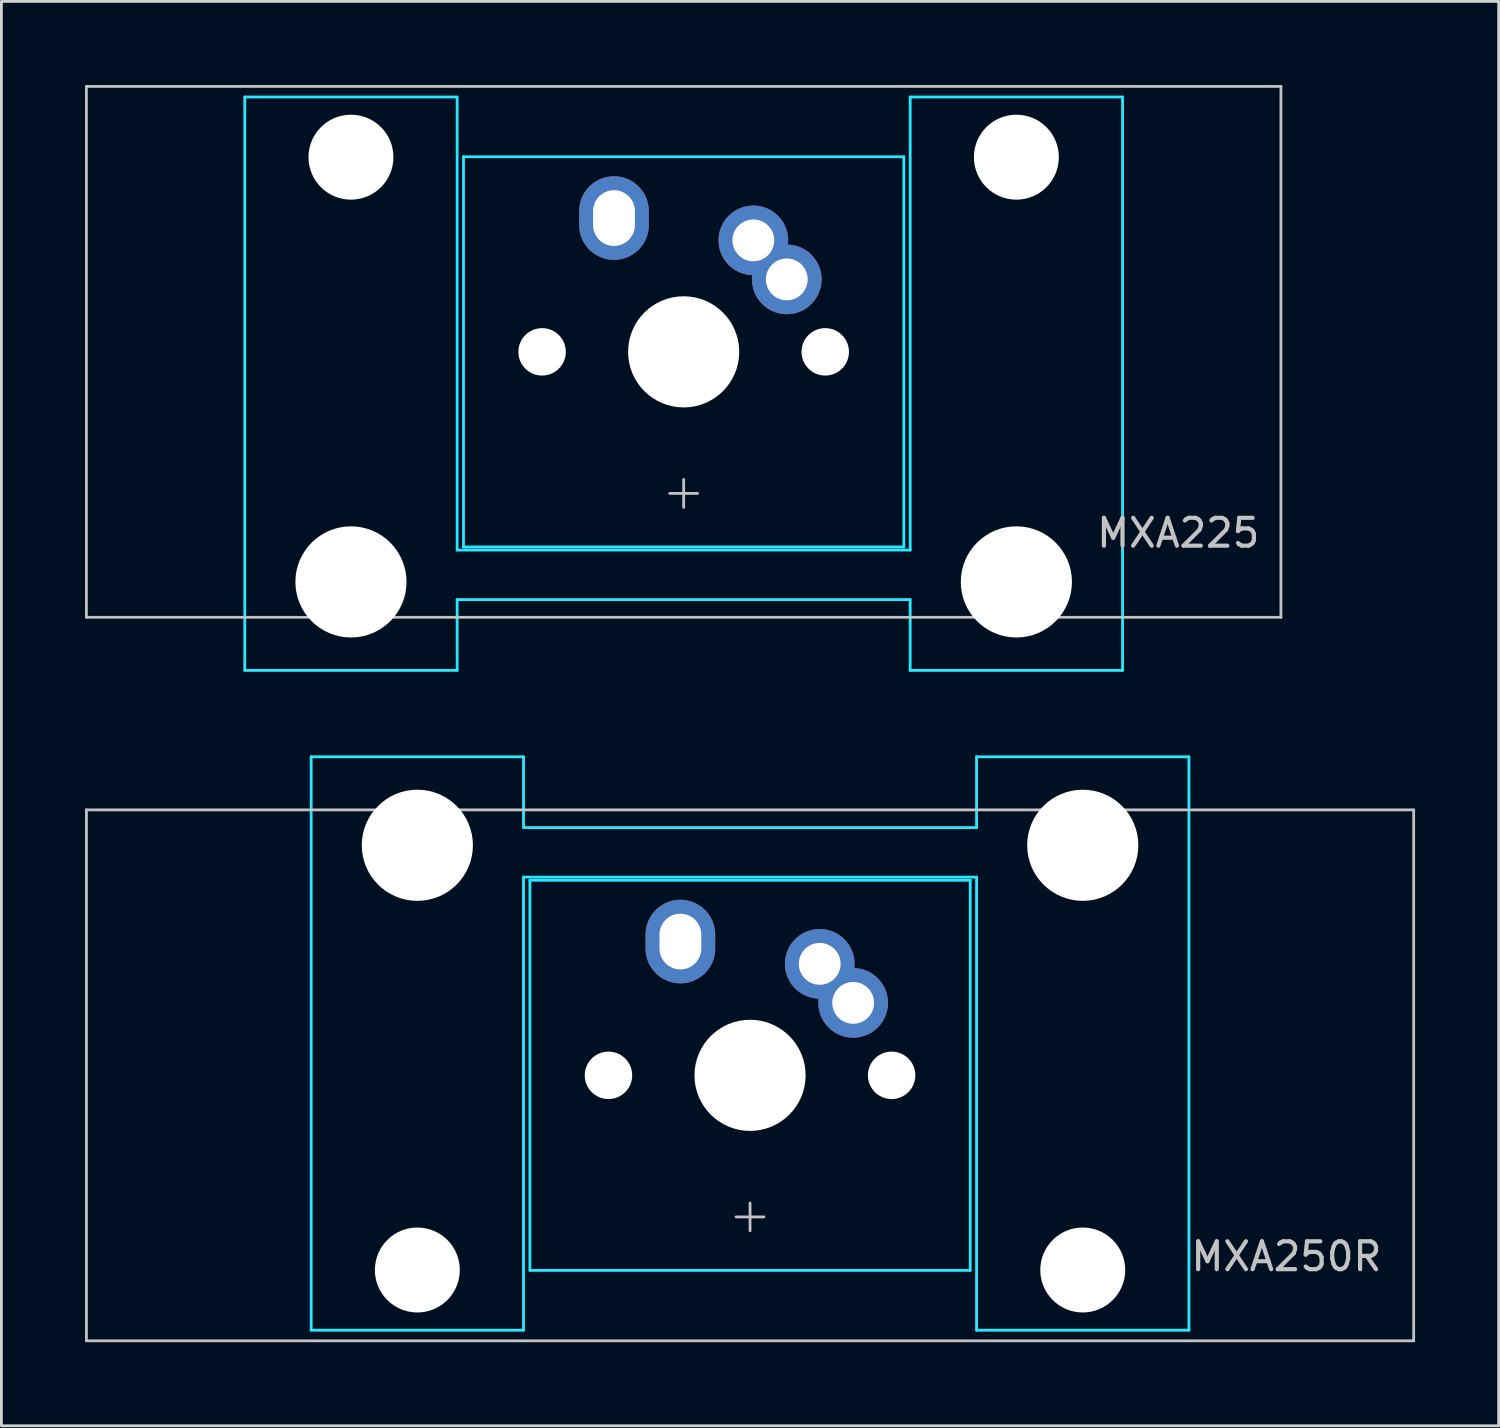
<source format=kicad_pcb>
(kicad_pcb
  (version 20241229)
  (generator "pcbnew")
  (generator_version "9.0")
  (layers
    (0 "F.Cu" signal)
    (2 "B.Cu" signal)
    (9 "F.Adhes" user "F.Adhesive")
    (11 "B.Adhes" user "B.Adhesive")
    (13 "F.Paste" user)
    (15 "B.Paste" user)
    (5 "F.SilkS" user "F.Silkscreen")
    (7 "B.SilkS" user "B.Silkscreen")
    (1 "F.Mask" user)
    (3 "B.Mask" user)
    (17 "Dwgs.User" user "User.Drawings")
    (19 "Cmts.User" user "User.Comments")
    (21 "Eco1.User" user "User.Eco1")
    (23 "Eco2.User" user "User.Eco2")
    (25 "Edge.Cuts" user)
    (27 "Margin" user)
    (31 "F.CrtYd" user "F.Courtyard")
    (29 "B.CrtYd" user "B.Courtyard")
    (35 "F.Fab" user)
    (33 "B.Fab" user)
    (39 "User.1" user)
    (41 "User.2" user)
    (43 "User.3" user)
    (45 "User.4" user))
  (footprint "MXA250R"
    (layer "F.Cu")
    (at 23.863 35.535)
    (property "Reference" "MXA250R" (at 22.75 6.5 0) (layer "Dwgs.User") (effects (font (size 1 1) (thickness 0.15)) (justify right)))
    (attr through_hole)
    (fp_line (start -23.812 -9.525) (end -23.812 9.525) (stroke (width 0.1) (type solid)) (layer "Dwgs.User"))
    (fp_line (start -0.5 5.08) (end 0.5 5.08) (stroke (width 0.1) (type solid)) (layer "Dwgs.User"))
    (fp_line (start 0 4.58) (end 0 5.58) (stroke (width 0.1) (type solid)) (layer "Dwgs.User"))
    (fp_line (start 23.812 -9.525) (end -23.812 -9.525) (stroke (width 0.1) (type solid)) (layer "Dwgs.User"))
    (fp_line (start 23.812 -9.525) (end 23.812 9.525) (stroke (width 0.1) (type solid)) (layer "Dwgs.User"))
    (fp_line (start 23.812 9.525) (end -23.812 9.525) (stroke (width 0.1) (type solid)) (layer "Dwgs.User"))
    (fp_line (start -15.748 -11.43) (end -8.128 -11.43) (stroke (width 0.1) (type solid)) (layer "B.CrtYd"))
    (fp_line (start -15.748 9.144) (end -15.748 -11.43) (stroke (width 0.1) (type solid)) (layer "B.CrtYd"))
    (fp_line (start -8.128 -11.43) (end -8.128 -8.89) (stroke (width 0.1) (type solid)) (layer "B.CrtYd"))
    (fp_line (start -8.128 9.144) (end -15.748 9.144) (stroke (width 0.1) (type solid)) (layer "B.CrtYd"))
    (fp_line (start -8.128 9.144) (end -8.128 -7.112) (stroke (width 0.1) (type solid)) (layer "B.CrtYd"))
    (fp_line (start -7.9 -7) (end 7.9 -7) (stroke (width 0.1) (type solid)) (layer "B.CrtYd"))
    (fp_line (start -7.9 7) (end -7.9 -7) (stroke (width 0.1) (type solid)) (layer "B.CrtYd"))
    (fp_line (start -7.9 7) (end 7.9 7) (stroke (width 0.1) (type solid)) (layer "B.CrtYd"))
    (fp_line (start 7.9 7) (end 7.9 -7) (stroke (width 0.1) (type solid)) (layer "B.CrtYd"))
    (fp_line (start 8.128 -11.43) (end 8.128 -8.89) (stroke (width 0.1) (type solid)) (layer "B.CrtYd"))
    (fp_line (start 8.128 -11.43) (end 15.748 -11.43) (stroke (width 0.1) (type solid)) (layer "B.CrtYd"))
    (fp_line (start 8.128 -8.89) (end -8.128 -8.89) (stroke (width 0.1) (type solid)) (layer "B.CrtYd"))
    (fp_line (start 8.128 -7.112) (end -8.128 -7.112) (stroke (width 0.1) (type solid)) (layer "B.CrtYd"))
    (fp_line (start 8.128 9.144) (end 8.128 -7.112) (stroke (width 0.1) (type solid)) (layer "B.CrtYd"))
    (fp_line (start 15.748 -11.43) (end 15.748 9.144) (stroke (width 0.1) (type solid)) (layer "B.CrtYd"))
    (fp_line (start 15.748 9.144) (end 8.128 9.144) (stroke (width 0.1) (type solid)) (layer "B.CrtYd"))
    (pad "" np_thru_hole circle (at -11.938 -8.255) (size 3.988 3.988) (drill 3.988) (layers "*.Cu" "*.Mask"))
    (pad "" np_thru_hole circle (at -11.938 6.985) (size 3.048 3.048) (drill 3.048) (layers "*.Cu" "*.Mask"))
    (pad "" np_thru_hole circle (at -5.08 0) (size 1.702 1.702) (drill 1.702) (layers "*.Cu" "*.Mask"))
    (pad "" smd oval (at -2.5 -4.8) (size 1.4 1.9) (layers "B.Mask"))
    (pad "" np_thru_hole circle (at 0 0) (size 3.988 3.988) (drill 3.988) (layers "*.Cu" "*.Mask"))
    (pad "" smd circle (at 2.5 -4 45) (size 1.4 1.4) (layers "B.Mask"))
    (pad "" smd circle (at 3.7 -2.6 45) (size 1.4 1.4) (layers "B.Mask"))
    (pad "" np_thru_hole circle (at 5.08 0) (size 1.702 1.702) (drill 1.702) (layers "*.Cu" "*.Mask"))
    (pad "" np_thru_hole circle (at 11.938 -8.255) (size 3.988 3.988) (drill 3.988) (layers "*.Cu" "*.Mask"))
    (pad "" np_thru_hole circle (at 11.938 6.985) (size 3.048 3.048) (drill 3.048) (layers "*.Cu" "*.Mask"))
    (pad "1" thru_hole oval (at -2.5 -4.8) (size 2.5 3) (drill oval 1.5 2) (layers "*.Cu" "F.Mask"))
    (pad "2" thru_hole circle (at 2.5 -4 45) (size 2.5 2.5) (drill 1.5) (layers "*.Cu" "F.Mask"))
    (pad "2" thru_hole circle (at 3.7 -2.6 45) (size 2.5 2.5) (drill 1.5) (layers "*.Cu" "F.Mask")))
  (footprint "MXA225"
    (layer "F.Cu")
    (at 21.481 9.575)
    (property "Reference" "MXA225" (at 20.75 6.5 0) (layer "Dwgs.User") (effects (font (size 1 1) (thickness 0.15)) (justify right)))
    (attr through_hole)
    (fp_line (start -21.431 -9.525) (end -21.431 9.525) (stroke (width 0.1) (type solid)) (layer "Dwgs.User"))
    (fp_line (start -0.5 5.08) (end 0.5 5.08) (stroke (width 0.1) (type solid)) (layer "Dwgs.User"))
    (fp_line (start 0 4.58) (end 0 5.58) (stroke (width 0.1) (type solid)) (layer "Dwgs.User"))
    (fp_line (start 21.431 -9.525) (end -21.431 -9.525) (stroke (width 0.1) (type solid)) (layer "Dwgs.User"))
    (fp_line (start 21.431 -9.525) (end 21.431 9.525) (stroke (width 0.1) (type solid)) (layer "Dwgs.User"))
    (fp_line (start 21.431 9.525) (end -21.431 9.525) (stroke (width 0.1) (type solid)) (layer "Dwgs.User"))
    (fp_line (start -15.748 -9.144) (end -8.128 -9.144) (stroke (width 0.1) (type solid)) (layer "B.CrtYd"))
    (fp_line (start -15.748 11.43) (end -15.748 -9.144) (stroke (width 0.1) (type solid)) (layer "B.CrtYd"))
    (fp_line (start -8.128 -9.144) (end -8.128 7.112) (stroke (width 0.1) (type solid)) (layer "B.CrtYd"))
    (fp_line (start -8.128 7.112) (end 8.128 7.112) (stroke (width 0.1) (type solid)) (layer "B.CrtYd"))
    (fp_line (start -8.128 8.89) (end 8.128 8.89) (stroke (width 0.1) (type solid)) (layer "B.CrtYd"))
    (fp_line (start -8.128 11.43) (end -15.748 11.43) (stroke (width 0.1) (type solid)) (layer "B.CrtYd"))
    (fp_line (start -8.128 11.43) (end -8.128 8.89) (stroke (width 0.1) (type solid)) (layer "B.CrtYd"))
    (fp_line (start -7.9 -7) (end -7.9 7) (stroke (width 0.1) (type solid)) (layer "B.CrtYd"))
    (fp_line (start 7.9 -7) (end -7.9 -7) (stroke (width 0.1) (type solid)) (layer "B.CrtYd"))
    (fp_line (start 7.9 -7) (end 7.9 7) (stroke (width 0.1) (type solid)) (layer "B.CrtYd"))
    (fp_line (start 7.9 7) (end -7.9 7) (stroke (width 0.1) (type solid)) (layer "B.CrtYd"))
    (fp_line (start 8.128 -9.144) (end 8.128 7.112) (stroke (width 0.1) (type solid)) (layer "B.CrtYd"))
    (fp_line (start 8.128 -9.144) (end 15.748 -9.144) (stroke (width 0.1) (type solid)) (layer "B.CrtYd"))
    (fp_line (start 8.128 11.43) (end 8.128 8.89) (stroke (width 0.1) (type solid)) (layer "B.CrtYd"))
    (fp_line (start 15.748 -9.144) (end 15.748 11.43) (stroke (width 0.1) (type solid)) (layer "B.CrtYd"))
    (fp_line (start 15.748 11.43) (end 8.128 11.43) (stroke (width 0.1) (type solid)) (layer "B.CrtYd"))
    (pad "" np_thru_hole circle (at -11.938 -6.985 180) (size 3.048 3.048) (drill 3.048) (layers "*.Cu" "*.Mask"))
    (pad "" np_thru_hole circle (at -11.938 8.255 180) (size 3.988 3.988) (drill 3.988) (layers "*.Cu" "*.Mask"))
    (pad "" np_thru_hole circle (at -5.08 0) (size 1.702 1.702) (drill 1.702) (layers "*.Cu" "*.Mask"))
    (pad "" smd oval (at -2.5 -4.8) (size 1.4 1.9) (layers "B.Mask"))
    (pad "" np_thru_hole circle (at 0 0) (size 3.988 3.988) (drill 3.988) (layers "*.Cu" "*.Mask"))
    (pad "" smd circle (at 2.5 -4 45) (size 1.4 1.4) (layers "B.Mask"))
    (pad "" smd circle (at 3.7 -2.6 45) (size 1.4 1.4) (layers "B.Mask"))
    (pad "" np_thru_hole circle (at 5.08 0) (size 1.702 1.702) (drill 1.702) (layers "*.Cu" "*.Mask"))
    (pad "" np_thru_hole circle (at 11.938 -6.985 180) (size 3.048 3.048) (drill 3.048) (layers "*.Cu" "*.Mask"))
    (pad "" np_thru_hole circle (at 11.938 8.255 180) (size 3.988 3.988) (drill 3.988) (layers "*.Cu" "*.Mask"))
    (pad "1" thru_hole oval (at -2.5 -4.8) (size 2.5 3) (drill oval 1.5 2) (layers "*.Cu" "F.Mask"))
    (pad "2" thru_hole circle (at 2.5 -4 45) (size 2.5 2.5) (drill 1.5) (layers "*.Cu" "F.Mask"))
    (pad "2" thru_hole circle (at 3.7 -2.6 45) (size 2.5 2.5) (drill 1.5) (layers "*.Cu" "F.Mask")))
  (gr_rect
    (start -3 -3)
    (end 50.725 48.11)
    (stroke (width 0.1) (type default))
    (fill no)
    (layer "Edge.Cuts")))
</source>
